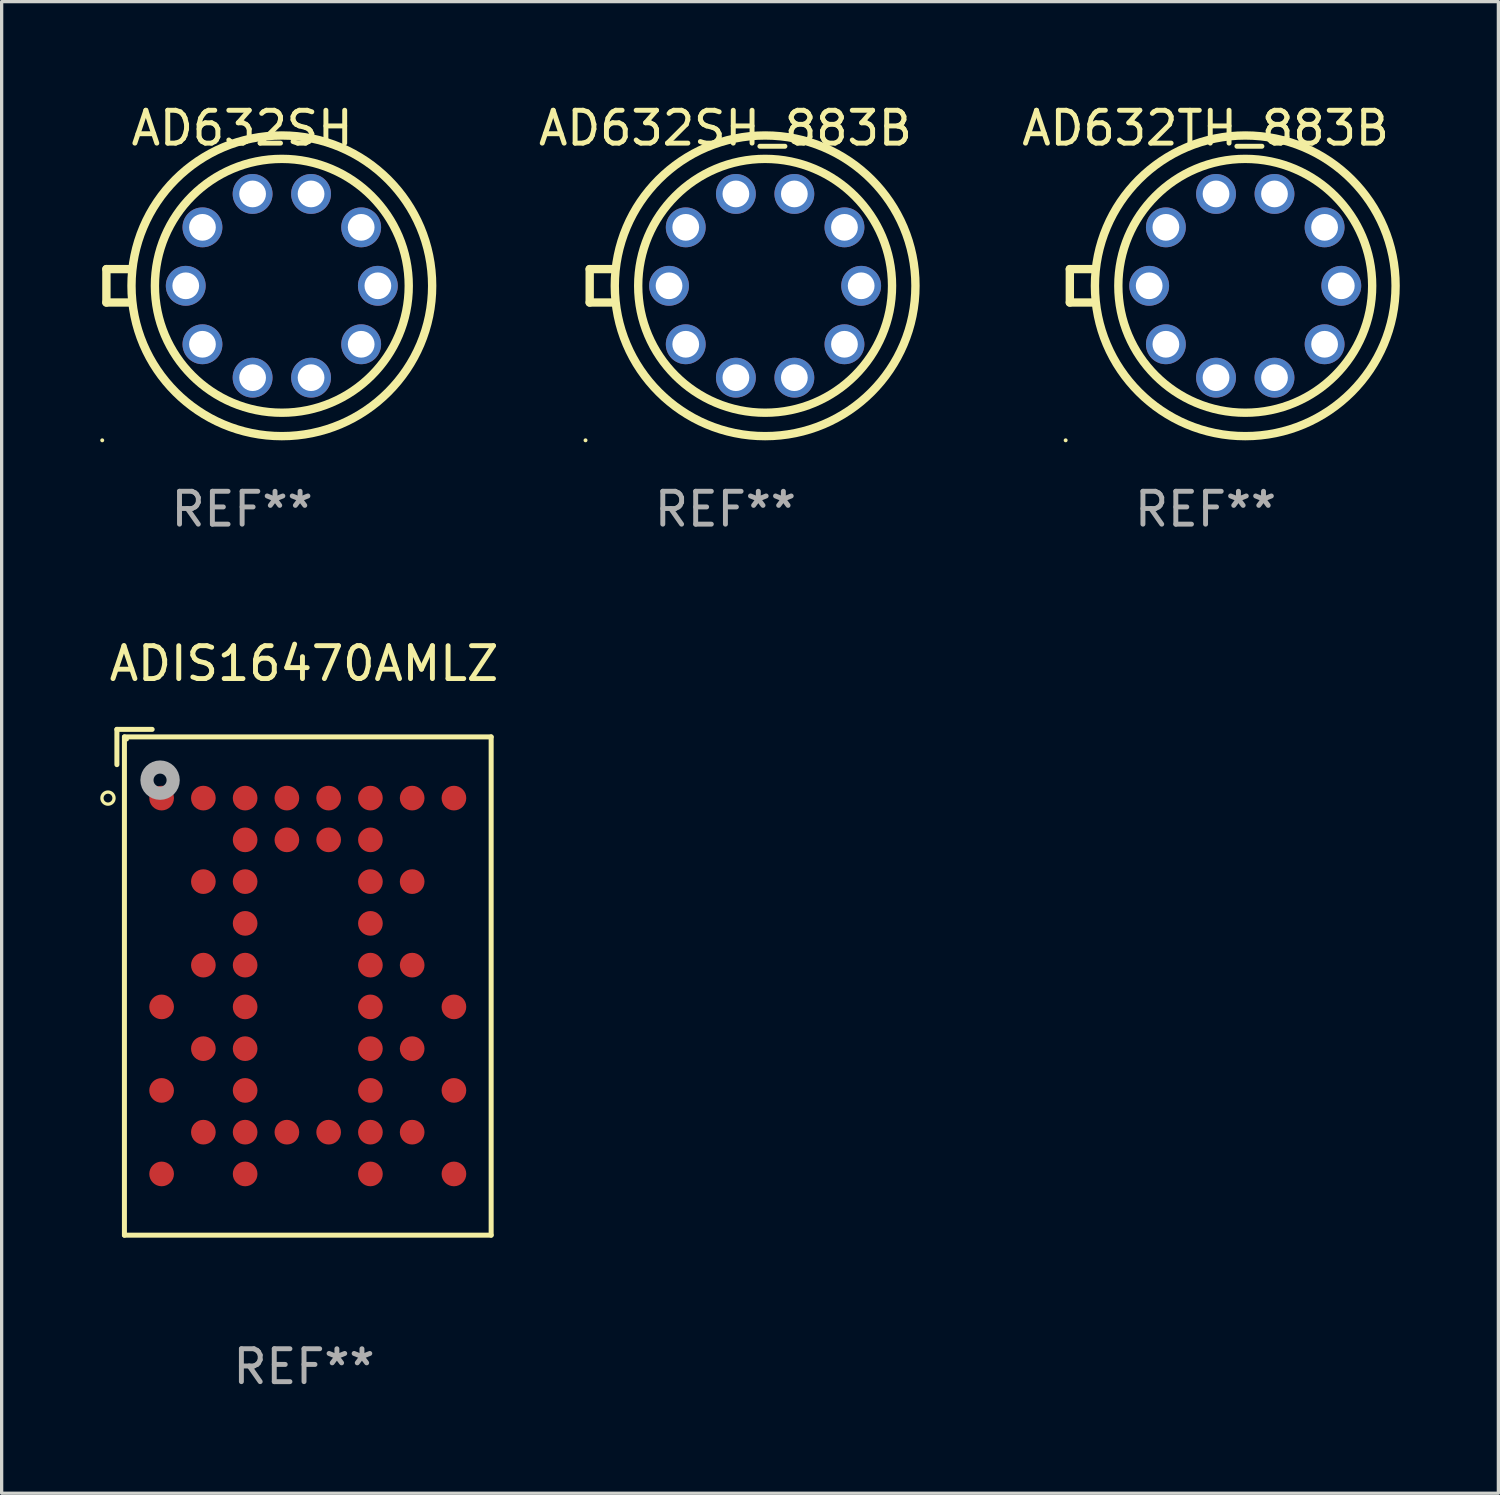
<source format=kicad_pcb>
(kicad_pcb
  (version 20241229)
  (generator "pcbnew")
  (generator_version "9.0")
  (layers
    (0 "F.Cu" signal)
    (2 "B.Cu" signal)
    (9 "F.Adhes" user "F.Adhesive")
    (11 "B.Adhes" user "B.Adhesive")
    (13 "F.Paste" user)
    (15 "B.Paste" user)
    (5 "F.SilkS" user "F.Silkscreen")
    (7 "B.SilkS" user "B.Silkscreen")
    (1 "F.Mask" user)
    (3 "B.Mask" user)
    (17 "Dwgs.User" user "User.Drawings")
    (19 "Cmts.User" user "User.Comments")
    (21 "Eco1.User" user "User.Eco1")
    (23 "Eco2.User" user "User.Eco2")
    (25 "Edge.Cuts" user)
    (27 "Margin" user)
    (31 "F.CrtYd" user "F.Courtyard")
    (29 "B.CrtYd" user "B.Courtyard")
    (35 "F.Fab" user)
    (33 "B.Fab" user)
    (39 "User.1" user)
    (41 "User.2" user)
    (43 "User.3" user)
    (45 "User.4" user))
  (footprint "AD632SH"
    (layer "F.Cu")
    (at 4.314 5.642)
    (property "Reference" "AD632SH" (at 0 -4.794 0) (layer "F.SilkS") (effects (font (size 1 1) (thickness 0.15))))
    (attr through_hole)
    (fp_line (start -4.128 -0.508) (end -4.128 0.508) (stroke (width 0.254) (type solid)) (layer "F.SilkS"))
    (fp_line (start -4.128 0.508) (end -3.366 0.508) (stroke (width 0.254) (type solid)) (layer "F.SilkS"))
    (fp_line (start -3.366 -0.508) (end -4.128 -0.508) (stroke (width 0.254) (type solid)) (layer "F.SilkS"))
    (fp_circle (center -4.255 4.699) (end -4.225 4.699) (stroke (width 0.06) (type solid)) (fill no) (layer "F.SilkS"))
    (fp_circle (center 1.207 0) (end 5.067 0) (stroke (width 0.254) (type solid)) (fill no) (layer "F.SilkS"))
    (fp_circle (center 1.207 0) (end 5.779 0) (stroke (width 0.254) (type solid)) (fill no) (layer "F.SilkS"))
    (fp_text user "REF**" (at 0 6.794 0) (layer "F.Fab") (effects (font (size 1 1) (thickness 0.15))))
    (pad "1" thru_hole circle (at -1.207 1.778) (size 1.212 1.212) (drill 0.813) (layers "*.Cu" "*.Mask"))
    (pad "2" thru_hole circle (at 0.318 2.794) (size 1.212 1.212) (drill 0.813) (layers "*.Cu" "*.Mask"))
    (pad "3" thru_hole circle (at 2.096 2.794) (size 1.212 1.212) (drill 0.813) (layers "*.Cu" "*.Mask"))
    (pad "4" thru_hole circle (at 3.62 1.778) (size 1.212 1.212) (drill 0.813) (layers "*.Cu" "*.Mask"))
    (pad "5" thru_hole circle (at 4.128 0) (size 1.212 1.212) (drill 0.813) (layers "*.Cu" "*.Mask"))
    (pad "6" thru_hole circle (at 3.62 -1.778) (size 1.212 1.212) (drill 0.813) (layers "*.Cu" "*.Mask"))
    (pad "7" thru_hole circle (at 2.096 -2.794) (size 1.212 1.212) (drill 0.813) (layers "*.Cu" "*.Mask"))
    (pad "8" thru_hole circle (at 0.318 -2.794) (size 1.212 1.212) (drill 0.813) (layers "*.Cu" "*.Mask"))
    (pad "9" thru_hole circle (at -1.207 -1.778) (size 1.212 1.212) (drill 0.813) (layers "*.Cu" "*.Mask"))
    (pad "10" thru_hole circle (at -1.715 0) (size 1.212 1.212) (drill 0.813) (layers "*.Cu" "*.Mask")))
  (footprint "AD632TH_883B"
    (layer "F.Cu")
    (at 33.614 5.642)
    (property "Reference" "AD632TH_883B" (at 0 -4.794 0) (layer "F.SilkS") (effects (font (size 1 1) (thickness 0.15))))
    (attr through_hole)
    (fp_line (start -4.128 -0.508) (end -4.128 0.508) (stroke (width 0.254) (type solid)) (layer "F.SilkS"))
    (fp_line (start -4.128 0.508) (end -3.366 0.508) (stroke (width 0.254) (type solid)) (layer "F.SilkS"))
    (fp_line (start -3.366 -0.508) (end -4.128 -0.508) (stroke (width 0.254) (type solid)) (layer "F.SilkS"))
    (fp_circle (center -4.255 4.699) (end -4.225 4.699) (stroke (width 0.06) (type solid)) (fill no) (layer "F.SilkS"))
    (fp_circle (center 1.207 0) (end 5.067 0) (stroke (width 0.254) (type solid)) (fill no) (layer "F.SilkS"))
    (fp_circle (center 1.207 0) (end 5.779 0) (stroke (width 0.254) (type solid)) (fill no) (layer "F.SilkS"))
    (fp_text user "REF**" (at 0 6.794 0) (layer "F.Fab") (effects (font (size 1 1) (thickness 0.15))))
    (pad "1" thru_hole circle (at -1.207 1.778) (size 1.212 1.212) (drill 0.813) (layers "*.Cu" "*.Mask"))
    (pad "2" thru_hole circle (at 0.318 2.794) (size 1.212 1.212) (drill 0.813) (layers "*.Cu" "*.Mask"))
    (pad "3" thru_hole circle (at 2.096 2.794) (size 1.212 1.212) (drill 0.813) (layers "*.Cu" "*.Mask"))
    (pad "4" thru_hole circle (at 3.62 1.778) (size 1.212 1.212) (drill 0.813) (layers "*.Cu" "*.Mask"))
    (pad "5" thru_hole circle (at 4.128 0) (size 1.212 1.212) (drill 0.813) (layers "*.Cu" "*.Mask"))
    (pad "6" thru_hole circle (at 3.62 -1.778) (size 1.212 1.212) (drill 0.813) (layers "*.Cu" "*.Mask"))
    (pad "7" thru_hole circle (at 2.096 -2.794) (size 1.212 1.212) (drill 0.813) (layers "*.Cu" "*.Mask"))
    (pad "8" thru_hole circle (at 0.318 -2.794) (size 1.212 1.212) (drill 0.813) (layers "*.Cu" "*.Mask"))
    (pad "9" thru_hole circle (at -1.207 -1.778) (size 1.212 1.212) (drill 0.813) (layers "*.Cu" "*.Mask"))
    (pad "10" thru_hole circle (at -1.715 0) (size 1.212 1.212) (drill 0.813) (layers "*.Cu" "*.Mask")))
  (footprint "AD632SH_883B"
    (layer "F.Cu")
    (at 19.012 5.642)
    (property "Reference" "AD632SH_883B" (at 0 -4.794 0) (layer "F.SilkS") (effects (font (size 1 1) (thickness 0.15))))
    (attr through_hole)
    (fp_line (start -4.128 -0.508) (end -4.128 0.508) (stroke (width 0.254) (type solid)) (layer "F.SilkS"))
    (fp_line (start -4.128 0.508) (end -3.366 0.508) (stroke (width 0.254) (type solid)) (layer "F.SilkS"))
    (fp_line (start -3.366 -0.508) (end -4.128 -0.508) (stroke (width 0.254) (type solid)) (layer "F.SilkS"))
    (fp_circle (center -4.255 4.699) (end -4.225 4.699) (stroke (width 0.06) (type solid)) (fill no) (layer "F.SilkS"))
    (fp_circle (center 1.207 0) (end 5.067 0) (stroke (width 0.254) (type solid)) (fill no) (layer "F.SilkS"))
    (fp_circle (center 1.207 0) (end 5.779 0) (stroke (width 0.254) (type solid)) (fill no) (layer "F.SilkS"))
    (fp_text user "REF**" (at 0 6.794 0) (layer "F.Fab") (effects (font (size 1 1) (thickness 0.15))))
    (pad "1" thru_hole circle (at -1.207 1.778) (size 1.212 1.212) (drill 0.813) (layers "*.Cu" "*.Mask"))
    (pad "2" thru_hole circle (at 0.318 2.794) (size 1.212 1.212) (drill 0.813) (layers "*.Cu" "*.Mask"))
    (pad "3" thru_hole circle (at 2.096 2.794) (size 1.212 1.212) (drill 0.813) (layers "*.Cu" "*.Mask"))
    (pad "4" thru_hole circle (at 3.62 1.778) (size 1.212 1.212) (drill 0.813) (layers "*.Cu" "*.Mask"))
    (pad "5" thru_hole circle (at 4.128 0) (size 1.212 1.212) (drill 0.813) (layers "*.Cu" "*.Mask"))
    (pad "6" thru_hole circle (at 3.62 -1.778) (size 1.212 1.212) (drill 0.813) (layers "*.Cu" "*.Mask"))
    (pad "7" thru_hole circle (at 2.096 -2.794) (size 1.212 1.212) (drill 0.813) (layers "*.Cu" "*.Mask"))
    (pad "8" thru_hole circle (at 0.318 -2.794) (size 1.212 1.212) (drill 0.813) (layers "*.Cu" "*.Mask"))
    (pad "9" thru_hole circle (at -1.207 -1.778) (size 1.212 1.212) (drill 0.813) (layers "*.Cu" "*.Mask"))
    (pad "10" thru_hole circle (at -1.715 0) (size 1.212 1.212) (drill 0.813) (layers "*.Cu" "*.Mask")))
  (footprint "ADIS16470AMLZ"
    (layer "F.Cu")
    (at 6.196 26.823)
    (property "Reference" "ADIS16470AMLZ" (at 0 -9.691 0) (layer "F.SilkS") (effects (font (size 1 1) (thickness 0.15))))
    (attr through_hole)
    (fp_line (start -5.691 -7.691) (end -4.618 -7.691) (stroke (width 0.152) (type solid)) (layer "F.SilkS"))
    (fp_line (start -5.691 -6.618) (end -5.691 -7.691) (stroke (width 0.152) (type solid)) (layer "F.SilkS"))
    (fp_line (start -5.462 -7.462) (end 5.691 -7.462) (stroke (width 0.152) (type solid)) (layer "F.SilkS"))
    (fp_line (start -5.462 7.691) (end -5.462 -7.462) (stroke (width 0.152) (type solid)) (layer "F.SilkS"))
    (fp_line (start 5.691 -7.462) (end 5.691 7.691) (stroke (width 0.152) (type solid)) (layer "F.SilkS"))
    (fp_line (start 5.691 7.691) (end -5.462 7.691) (stroke (width 0.152) (type solid)) (layer "F.SilkS"))
    (fp_circle (center -5.962 -5.601) (end -5.778 -5.601) (stroke (width 0.1) (type solid)) (fill no) (layer "F.SilkS"))
    (fp_circle (center -5.386 -7.386) (end -5.356 -7.386) (stroke (width 0.06) (type solid)) (fill no) (layer "F.SilkS"))
    (fp_circle (center -4.378 -6.147) (end -4.179 -6.147) (stroke (width 0.4) (type solid)) (fill no) (layer "F.Fab"))
    (fp_text user "REF**" (at 0 11.691 0) (layer "F.Fab") (effects (font (size 1 1) (thickness 0.15))))
    (pad "A1" smd circle (at -4.331 -5.601) (size 0.75 0.75) (layers "F.Cu" "F.Mask" "F.Paste"))
    (pad "A2" smd circle (at -3.061 -5.601) (size 0.75 0.75) (layers "F.Cu" "F.Mask" "F.Paste"))
    (pad "A3" smd circle (at -1.791 -5.601) (size 0.75 0.75) (layers "F.Cu" "F.Mask" "F.Paste"))
    (pad "A4" smd circle (at -0.521 -5.601) (size 0.75 0.75) (layers "F.Cu" "F.Mask" "F.Paste"))
    (pad "A5" smd circle (at 0.749 -5.601) (size 0.75 0.75) (layers "F.Cu" "F.Mask" "F.Paste"))
    (pad "A6" smd circle (at 2.019 -5.601) (size 0.75 0.75) (layers "F.Cu" "F.Mask" "F.Paste"))
    (pad "A7" smd circle (at 3.289 -5.601) (size 0.75 0.75) (layers "F.Cu" "F.Mask" "F.Paste"))
    (pad "A8" smd circle (at 4.559 -5.601) (size 0.75 0.75) (layers "F.Cu" "F.Mask" "F.Paste"))
    (pad "B3" smd circle (at -1.791 -4.331) (size 0.75 0.75) (layers "F.Cu" "F.Mask" "F.Paste"))
    (pad "B4" smd circle (at -0.521 -4.331) (size 0.75 0.75) (layers "F.Cu" "F.Mask" "F.Paste"))
    (pad "B5" smd circle (at 0.749 -4.331) (size 0.75 0.75) (layers "F.Cu" "F.Mask" "F.Paste"))
    (pad "B6" smd circle (at 2.019 -4.331) (size 0.75 0.75) (layers "F.Cu" "F.Mask" "F.Paste"))
    (pad "C2" smd circle (at -3.061 -3.061) (size 0.75 0.75) (layers "F.Cu" "F.Mask" "F.Paste"))
    (pad "C3" smd circle (at -1.791 -3.061) (size 0.75 0.75) (layers "F.Cu" "F.Mask" "F.Paste"))
    (pad "C6" smd circle (at 2.019 -3.061) (size 0.75 0.75) (layers "F.Cu" "F.Mask" "F.Paste"))
    (pad "C7" smd circle (at 3.289 -3.061) (size 0.75 0.75) (layers "F.Cu" "F.Mask" "F.Paste"))
    (pad "D3" smd circle (at -1.791 -1.791) (size 0.75 0.75) (layers "F.Cu" "F.Mask" "F.Paste"))
    (pad "D6" smd circle (at 2.019 -1.791) (size 0.75 0.75) (layers "F.Cu" "F.Mask" "F.Paste"))
    (pad "E2" smd circle (at -3.061 -0.521) (size 0.75 0.75) (layers "F.Cu" "F.Mask" "F.Paste"))
    (pad "E3" smd circle (at -1.791 -0.521) (size 0.75 0.75) (layers "F.Cu" "F.Mask" "F.Paste"))
    (pad "E6" smd circle (at 2.019 -0.521) (size 0.75 0.75) (layers "F.Cu" "F.Mask" "F.Paste"))
    (pad "E7" smd circle (at 3.289 -0.521) (size 0.75 0.75) (layers "F.Cu" "F.Mask" "F.Paste"))
    (pad "F1" smd circle (at -4.331 0.749) (size 0.75 0.75) (layers "F.Cu" "F.Mask" "F.Paste"))
    (pad "F3" smd circle (at -1.791 0.749) (size 0.75 0.75) (layers "F.Cu" "F.Mask" "F.Paste"))
    (pad "F6" smd circle (at 2.019 0.749) (size 0.75 0.75) (layers "F.Cu" "F.Mask" "F.Paste"))
    (pad "F8" smd circle (at 4.559 0.749) (size 0.75 0.75) (layers "F.Cu" "F.Mask" "F.Paste"))
    (pad "G2" smd circle (at -3.061 2.019) (size 0.75 0.75) (layers "F.Cu" "F.Mask" "F.Paste"))
    (pad "G3" smd circle (at -1.791 2.019) (size 0.75 0.75) (layers "F.Cu" "F.Mask" "F.Paste"))
    (pad "G6" smd circle (at 2.019 2.019) (size 0.75 0.75) (layers "F.Cu" "F.Mask" "F.Paste"))
    (pad "G7" smd circle (at 3.289 2.019) (size 0.75 0.75) (layers "F.Cu" "F.Mask" "F.Paste"))
    (pad "H1" smd circle (at -4.331 3.289) (size 0.75 0.75) (layers "F.Cu" "F.Mask" "F.Paste"))
    (pad "H3" smd circle (at -1.791 3.289) (size 0.75 0.75) (layers "F.Cu" "F.Mask" "F.Paste"))
    (pad "H6" smd circle (at 2.019 3.289) (size 0.75 0.75) (layers "F.Cu" "F.Mask" "F.Paste"))
    (pad "H8" smd circle (at 4.559 3.289) (size 0.75 0.75) (layers "F.Cu" "F.Mask" "F.Paste"))
    (pad "J2" smd circle (at -3.061 4.559) (size 0.75 0.75) (layers "F.Cu" "F.Mask" "F.Paste"))
    (pad "J3" smd circle (at -1.791 4.559) (size 0.75 0.75) (layers "F.Cu" "F.Mask" "F.Paste"))
    (pad "J4" smd circle (at -0.521 4.559) (size 0.75 0.75) (layers "F.Cu" "F.Mask" "F.Paste"))
    (pad "J5" smd circle (at 0.749 4.559) (size 0.75 0.75) (layers "F.Cu" "F.Mask" "F.Paste"))
    (pad "J6" smd circle (at 2.019 4.559) (size 0.75 0.75) (layers "F.Cu" "F.Mask" "F.Paste"))
    (pad "J7" smd circle (at 3.289 4.559) (size 0.75 0.75) (layers "F.Cu" "F.Mask" "F.Paste"))
    (pad "K1" smd circle (at -4.331 5.829) (size 0.75 0.75) (layers "F.Cu" "F.Mask" "F.Paste"))
    (pad "K3" smd circle (at -1.791 5.829) (size 0.75 0.75) (layers "F.Cu" "F.Mask" "F.Paste"))
    (pad "K6" smd circle (at 2.019 5.829) (size 0.75 0.75) (layers "F.Cu" "F.Mask" "F.Paste"))
    (pad "K8" smd circle (at 4.559 5.829) (size 0.75 0.75) (layers "F.Cu" "F.Mask" "F.Paste")))
  (gr_rect
    (start -3 -3)
    (end 42.519 42.362)
    (stroke (width 0.1) (type default))
    (fill no)
    (layer "Edge.Cuts")))
</source>
